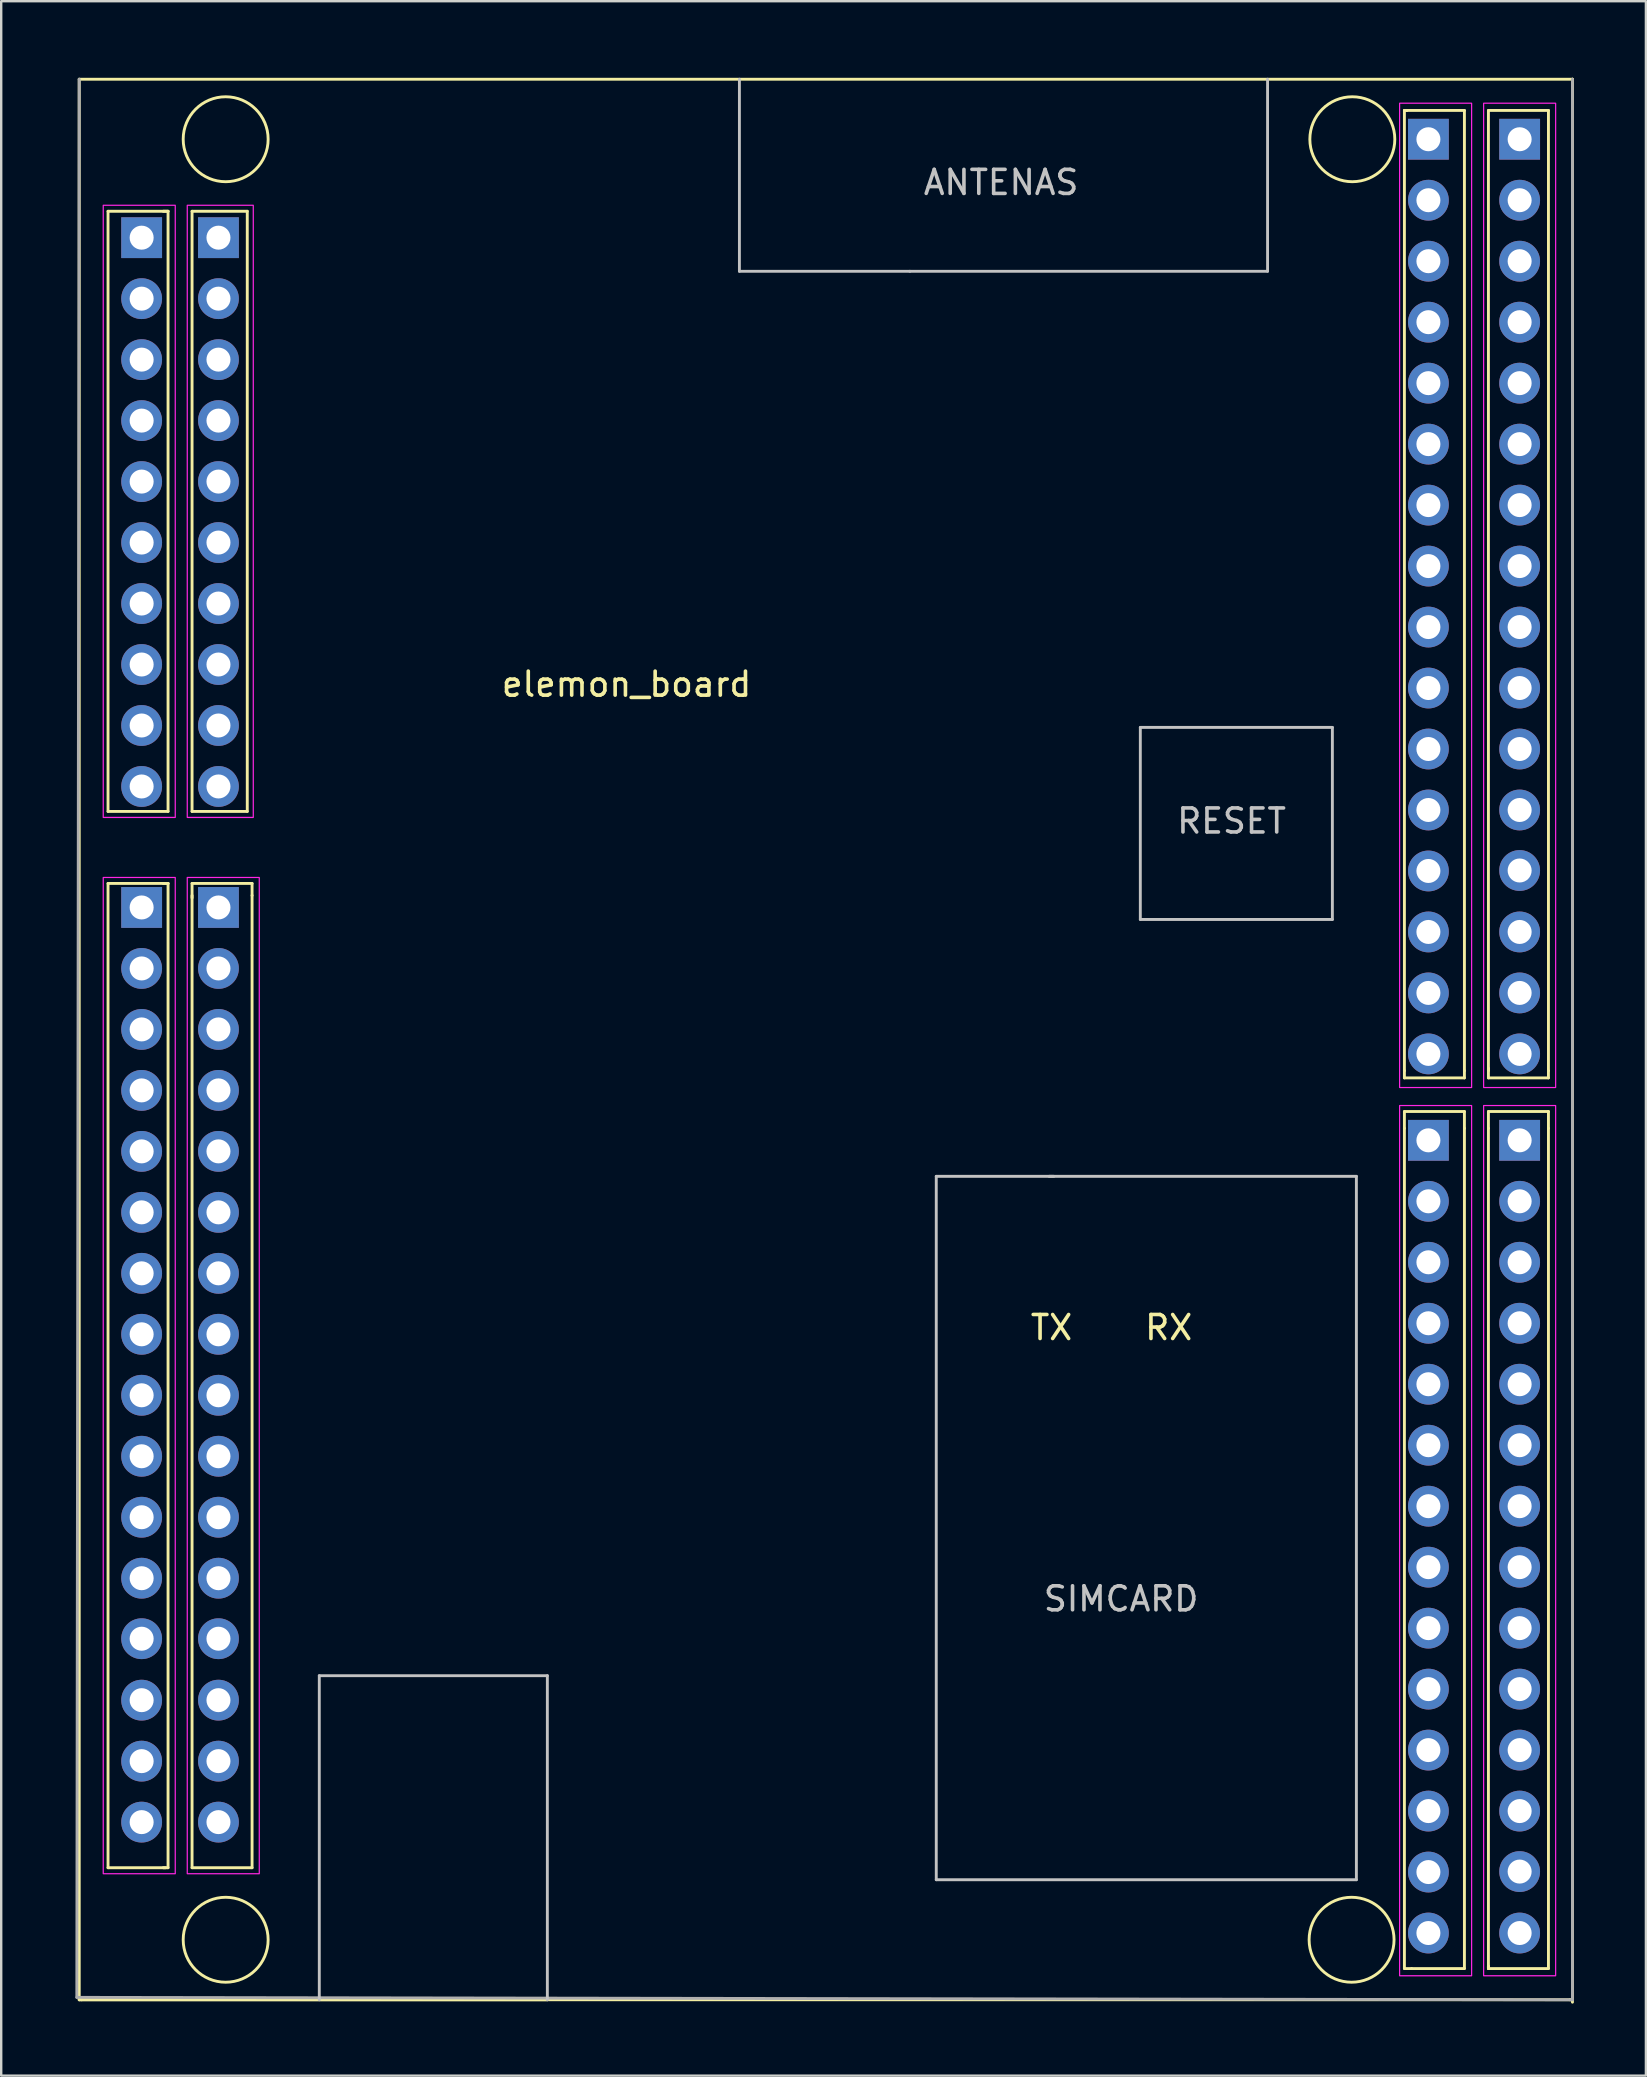
<source format=kicad_pcb>
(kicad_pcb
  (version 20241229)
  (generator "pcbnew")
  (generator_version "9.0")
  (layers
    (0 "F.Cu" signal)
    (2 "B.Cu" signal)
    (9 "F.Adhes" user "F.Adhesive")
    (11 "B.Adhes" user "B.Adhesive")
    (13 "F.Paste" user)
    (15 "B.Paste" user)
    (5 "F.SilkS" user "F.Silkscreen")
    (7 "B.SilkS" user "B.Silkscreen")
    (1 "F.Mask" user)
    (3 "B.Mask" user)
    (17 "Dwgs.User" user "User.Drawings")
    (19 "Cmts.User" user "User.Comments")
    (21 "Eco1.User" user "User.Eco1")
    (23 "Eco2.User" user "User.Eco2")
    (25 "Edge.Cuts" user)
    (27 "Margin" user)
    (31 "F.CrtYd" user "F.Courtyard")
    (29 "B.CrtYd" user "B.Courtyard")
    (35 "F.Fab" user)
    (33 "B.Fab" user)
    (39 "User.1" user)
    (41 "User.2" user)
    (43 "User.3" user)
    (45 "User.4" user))
  (footprint "elemon_board"
    (layer "F.Cu")
    (at 0.25 0.25)
    (property "Reference" "elemon_board" (at 22.8 25.2 0) (layer "F.SilkS") (effects (font (size 1 1) (thickness 0.15))))
    (attr through_hole)
    (fp_line (start 0 0) (end 62.2 0) (stroke (width 0.12) (type solid)) (layer "F.SilkS"))
    (fp_line (start 0 80) (end 0 0) (stroke (width 0.12) (type solid)) (layer "F.SilkS"))
    (fp_line (start 0 80) (end 19.5 80) (stroke (width 0.12) (type solid)) (layer "F.SilkS"))
    (fp_line (start 0.1 80) (end 0 80) (stroke (width 0.12) (type solid)) (layer "F.SilkS"))
    (fp_line (start 0.1 80) (end 62.1 80) (stroke (width 0.12) (type solid)) (layer "F.SilkS"))
    (fp_line (start 1.2 5.5) (end 3.7 5.5) (stroke (width 0.12) (type solid)) (layer "F.SilkS"))
    (fp_line (start 1.2 30.5) (end 1.2 5.5) (stroke (width 0.12) (type solid)) (layer "F.SilkS"))
    (fp_line (start 1.2 30.5) (end 3.7 30.5) (stroke (width 0.12) (type solid)) (layer "F.SilkS"))
    (fp_line (start 1.2 33.5) (end 1.2 74.5) (stroke (width 0.12) (type solid)) (layer "F.SilkS"))
    (fp_line (start 1.2 33.5) (end 3.7 33.5) (stroke (width 0.12) (type solid)) (layer "F.SilkS"))
    (fp_line (start 1.2 74.5) (end 3.6 74.5) (stroke (width 0.12) (type solid)) (layer "F.SilkS"))
    (fp_line (start 3.5 5.5) (end 3.7 5.5) (stroke (width 0.12) (type solid)) (layer "F.SilkS"))
    (fp_line (start 3.5 33.5) (end 3.7 33.5) (stroke (width 0.12) (type solid)) (layer "F.SilkS"))
    (fp_line (start 3.7 5.5) (end 3.7 30.5) (stroke (width 0.12) (type solid)) (layer "F.SilkS"))
    (fp_line (start 3.7 33.5) (end 3.7 74.5) (stroke (width 0.12) (type solid)) (layer "F.SilkS"))
    (fp_line (start 3.7 74.5) (end 3.5 74.5) (stroke (width 0.12) (type solid)) (layer "F.SilkS"))
    (fp_line (start 4.7 5.5) (end 7 5.5) (stroke (width 0.12) (type solid)) (layer "F.SilkS"))
    (fp_line (start 4.7 30.5) (end 4.7 5.5) (stroke (width 0.12) (type solid)) (layer "F.SilkS"))
    (fp_line (start 4.7 30.5) (end 7 30.5) (stroke (width 0.12) (type solid)) (layer "F.SilkS"))
    (fp_line (start 4.7 33.5) (end 4.7 34.1) (stroke (width 0.12) (type solid)) (layer "F.SilkS"))
    (fp_line (start 4.7 34) (end 4.7 74.5) (stroke (width 0.12) (type solid)) (layer "F.SilkS"))
    (fp_line (start 4.7 74.5) (end 7.2 74.5) (stroke (width 0.12) (type solid)) (layer "F.SilkS"))
    (fp_line (start 7 30.5) (end 7 5.5) (stroke (width 0.12) (type solid)) (layer "F.SilkS"))
    (fp_line (start 7.2 33.5) (end 4.7 33.5) (stroke (width 0.12) (type solid)) (layer "F.SilkS"))
    (fp_line (start 7.2 34) (end 7.2 33.5) (stroke (width 0.12) (type solid)) (layer "F.SilkS"))
    (fp_line (start 7.2 34) (end 7.2 74.5) (stroke (width 0.12) (type solid)) (layer "F.SilkS"))
    (fp_line (start 55.2 1.3) (end 55.3 1.3) (stroke (width 0.12) (type solid)) (layer "F.SilkS"))
    (fp_line (start 55.2 41.3) (end 55.2 1.3) (stroke (width 0.12) (type solid)) (layer "F.SilkS"))
    (fp_line (start 55.2 41.6) (end 55.2 41.3) (stroke (width 0.12) (type solid)) (layer "F.SilkS"))
    (fp_line (start 55.2 43) (end 55.2 43.7) (stroke (width 0.12) (type solid)) (layer "F.SilkS"))
    (fp_line (start 55.2 43.7) (end 55.2 78.7) (stroke (width 0.12) (type solid)) (layer "F.SilkS"))
    (fp_line (start 55.2 78.7) (end 55.5 78.7) (stroke (width 0.12) (type solid)) (layer "F.SilkS"))
    (fp_line (start 55.3 1.3) (end 55.2 1.3) (stroke (width 0.12) (type solid)) (layer "F.SilkS"))
    (fp_line (start 55.3 1.3) (end 57.7 1.3) (stroke (width 0.12) (type solid)) (layer "F.SilkS"))
    (fp_line (start 57.7 41.3) (end 57.7 1.3) (stroke (width 0.12) (type solid)) (layer "F.SilkS"))
    (fp_line (start 57.7 41.3) (end 57.7 41.6) (stroke (width 0.12) (type solid)) (layer "F.SilkS"))
    (fp_line (start 57.7 41.6) (end 55.2 41.6) (stroke (width 0.12) (type solid)) (layer "F.SilkS"))
    (fp_line (start 57.7 43) (end 55.2 43) (stroke (width 0.12) (type solid)) (layer "F.SilkS"))
    (fp_line (start 57.7 43.7) (end 57.7 43) (stroke (width 0.12) (type solid)) (layer "F.SilkS"))
    (fp_line (start 57.7 43.7) (end 57.7 78.7) (stroke (width 0.12) (type solid)) (layer "F.SilkS"))
    (fp_line (start 57.7 78.7) (end 55.5 78.7) (stroke (width 0.12) (type solid)) (layer "F.SilkS"))
    (fp_line (start 58.7 1.3) (end 61.2 1.3) (stroke (width 0.12) (type solid)) (layer "F.SilkS"))
    (fp_line (start 58.7 41.3) (end 58.7 1.3) (stroke (width 0.12) (type solid)) (layer "F.SilkS"))
    (fp_line (start 58.7 41.6) (end 58.7 41.2) (stroke (width 0.12) (type solid)) (layer "F.SilkS"))
    (fp_line (start 58.7 43) (end 61.2 43) (stroke (width 0.12) (type solid)) (layer "F.SilkS"))
    (fp_line (start 58.7 43.7) (end 58.7 43) (stroke (width 0.12) (type solid)) (layer "F.SilkS"))
    (fp_line (start 58.7 78.6) (end 58.7 78.7) (stroke (width 0.12) (type solid)) (layer "F.SilkS"))
    (fp_line (start 58.7 78.7) (end 58.7 43.7) (stroke (width 0.12) (type solid)) (layer "F.SilkS"))
    (fp_line (start 58.7 78.7) (end 58.7 78.6) (stroke (width 0.12) (type solid)) (layer "F.SilkS"))
    (fp_line (start 58.7 78.7) (end 61.2 78.7) (stroke (width 0.12) (type solid)) (layer "F.SilkS"))
    (fp_line (start 61.2 1.3) (end 61.2 41.3) (stroke (width 0.12) (type solid)) (layer "F.SilkS"))
    (fp_line (start 61.2 41.3) (end 61.2 41.6) (stroke (width 0.12) (type solid)) (layer "F.SilkS"))
    (fp_line (start 61.2 41.6) (end 58.7 41.6) (stroke (width 0.12) (type solid)) (layer "F.SilkS"))
    (fp_line (start 61.2 43.7) (end 61.2 43) (stroke (width 0.12) (type solid)) (layer "F.SilkS"))
    (fp_line (start 61.2 43.7) (end 61.2 78.7) (stroke (width 0.12) (type solid)) (layer "F.SilkS"))
    (fp_line (start 62.1 80) (end 62.2 80) (stroke (width 0.12) (type solid)) (layer "F.SilkS"))
    (fp_line (start 62.2 0) (end 62.2 1) (stroke (width 0.12) (type solid)) (layer "F.SilkS"))
    (fp_line (start 62.2 0) (end 62.2 80.1) (stroke (width 0.12) (type solid)) (layer "F.SilkS"))
    (fp_circle (center 6.1 2.5) (end 7.4 3.7) (stroke (width 0.12) (type solid)) (fill no) (layer "F.SilkS"))
    (fp_circle (center 6.1 77.5) (end 7.4 78.7) (stroke (width 0.12) (type solid)) (fill no) (layer "F.SilkS"))
    (fp_circle (center 53 77.5) (end 54.3 78.7) (stroke (width 0.12) (type solid)) (fill no) (layer "F.SilkS"))
    (fp_circle (center 53.031 2.5) (end 54.331 3.7) (stroke (width 0.12) (type solid)) (fill no) (layer "F.SilkS"))
    (fp_line (start 10 66.5) (end 10 80) (stroke (width 0.12) (type solid)) (layer "Dwgs.User"))
    (fp_line (start 19.5 66.5) (end 10 66.5) (stroke (width 0.12) (type solid)) (layer "Dwgs.User"))
    (fp_line (start 19.5 80) (end 19.5 66.5) (stroke (width 0.12) (type solid)) (layer "Dwgs.User"))
    (fp_line (start 27.5 0) (end 27.5 8) (stroke (width 0.12) (type solid)) (layer "Dwgs.User"))
    (fp_line (start 27.5 8) (end 34.6 8) (stroke (width 0.12) (type solid)) (layer "Dwgs.User"))
    (fp_line (start 35.7 45.7) (end 40.6 45.7) (stroke (width 0.12) (type solid)) (layer "Dwgs.User"))
    (fp_line (start 35.7 75) (end 35.7 45.7) (stroke (width 0.12) (type solid)) (layer "Dwgs.User"))
    (fp_line (start 35.7 75) (end 53.2 75) (stroke (width 0.12) (type solid)) (layer "Dwgs.User"))
    (fp_line (start 44.2 27) (end 44.2 35) (stroke (width 0.12) (type solid)) (layer "Dwgs.User"))
    (fp_line (start 44.2 35) (end 52.2 35) (stroke (width 0.12) (type solid)) (layer "Dwgs.User"))
    (fp_line (start 49.5 0) (end 49.5 8) (stroke (width 0.12) (type solid)) (layer "Dwgs.User"))
    (fp_line (start 49.5 8) (end 34.6 8) (stroke (width 0.12) (type solid)) (layer "Dwgs.User"))
    (fp_line (start 52.2 27) (end 44.2 27) (stroke (width 0.12) (type solid)) (layer "Dwgs.User"))
    (fp_line (start 52.2 27) (end 52.2 35) (stroke (width 0.12) (type solid)) (layer "Dwgs.User"))
    (fp_line (start 53.2 45.7) (end 40.4 45.7) (stroke (width 0.12) (type solid)) (layer "Dwgs.User"))
    (fp_line (start 53.2 75) (end 53.2 45.7) (stroke (width 0.12) (type solid)) (layer "Dwgs.User"))
    (fp_rect (start 1 5.25) (end 4 30.75) (stroke (width 0.05) (type solid)) (fill no) (layer "F.CrtYd"))
    (fp_rect (start 1 33.25) (end 4 74.75) (stroke (width 0.05) (type solid)) (fill no) (layer "F.CrtYd"))
    (fp_rect (start 4.5 33.25) (end 7.5 74.75) (stroke (width 0.05) (type solid)) (fill no) (layer "F.CrtYd"))
    (fp_rect (start 7.25 30.75) (end 4.5 5.25) (stroke (width 0.05) (type solid)) (fill no) (layer "F.CrtYd"))
    (fp_rect (start 55 1) (end 58 42) (stroke (width 0.05) (type solid)) (fill no) (layer "F.CrtYd"))
    (fp_rect (start 55 42.75) (end 58 79) (stroke (width 0.05) (type solid)) (fill no) (layer "F.CrtYd"))
    (fp_rect (start 58.5 1) (end 61.5 42) (stroke (width 0.05) (type solid)) (fill no) (layer "F.CrtYd"))
    (fp_rect (start 58.5 42.75) (end 61.5 79) (stroke (width 0.05) (type solid)) (fill no) (layer "F.CrtYd"))
    (fp_line (start -0.1 79.9) (end 0 0) (stroke (width 0.12) (type solid)) (layer "F.Fab"))
    (fp_line (start 62.2 0) (end 62.2 80) (stroke (width 0.12) (type solid)) (layer "F.Fab"))
    (fp_line (start 62.2 80) (end -0.1 79.9) (stroke (width 0.12) (type solid)) (layer "F.Fab"))
    (fp_text user "TX    RX" (at 43 52 0) (layer "F.SilkS") (effects (font (size 1 1) (thickness 0.15))))
    (fp_text user "ANTENAS" (at 38.4 4.3 0) (layer "Dwgs.User") (effects (font (size 1 1) (thickness 0.15))))
    (fp_text user "SIMCARD" (at 43.4 63.3 0) (layer "Dwgs.User") (effects (font (size 1 1) (thickness 0.15))))
    (fp_text user "RESET" (at 48 30.9 0) (layer "Dwgs.User") (effects (font (size 1 1) (thickness 0.15))))
    (pad "1" thru_hole rect (at 2.6 6.6) (size 1.7 1.7) (drill 1) (layers "*.Cu" "*.Mask"))
    (pad "1" thru_hole rect (at 5.8 6.6) (size 1.7 1.7) (drill 1) (layers "*.Cu" "*.Mask"))
    (pad "2" thru_hole circle (at 2.6 9.14) (size 1.7 1.7) (drill 1) (layers "*.Cu" "*.Mask"))
    (pad "2" thru_hole circle (at 5.8 9.14) (size 1.7 1.7) (drill 1) (layers "*.Cu" "*.Mask"))
    (pad "3" thru_hole circle (at 2.6 11.68) (size 1.7 1.7) (drill 1) (layers "*.Cu" "*.Mask"))
    (pad "3" thru_hole circle (at 5.8 11.68) (size 1.7 1.7) (drill 1) (layers "*.Cu" "*.Mask"))
    (pad "4" thru_hole circle (at 2.6 14.22) (size 1.7 1.7) (drill 1) (layers "*.Cu" "*.Mask"))
    (pad "4" thru_hole circle (at 5.8 14.22) (size 1.7 1.7) (drill 1) (layers "*.Cu" "*.Mask"))
    (pad "5" thru_hole circle (at 2.6 16.76) (size 1.7 1.7) (drill 1) (layers "*.Cu" "*.Mask"))
    (pad "5" thru_hole circle (at 5.8 16.76) (size 1.7 1.7) (drill 1) (layers "*.Cu" "*.Mask"))
    (pad "6" thru_hole circle (at 2.6 19.3) (size 1.7 1.7) (drill 1) (layers "*.Cu" "*.Mask"))
    (pad "6" thru_hole circle (at 5.8 19.3) (size 1.7 1.7) (drill 1) (layers "*.Cu" "*.Mask"))
    (pad "7" thru_hole circle (at 2.6 21.84) (size 1.7 1.7) (drill 1) (layers "*.Cu" "*.Mask"))
    (pad "7" thru_hole circle (at 5.8 21.84) (size 1.7 1.7) (drill 1) (layers "*.Cu" "*.Mask"))
    (pad "8" thru_hole circle (at 2.6 24.38) (size 1.7 1.7) (drill 1) (layers "*.Cu" "*.Mask"))
    (pad "8" thru_hole circle (at 5.8 24.38) (size 1.7 1.7) (drill 1) (layers "*.Cu" "*.Mask"))
    (pad "9" thru_hole circle (at 2.6 26.92) (size 1.7 1.7) (drill 1) (layers "*.Cu" "*.Mask"))
    (pad "9" thru_hole circle (at 5.8 26.92) (size 1.7 1.7) (drill 1) (layers "*.Cu" "*.Mask"))
    (pad "10" thru_hole circle (at 2.6 29.46) (size 1.7 1.7) (drill 1) (layers "*.Cu" "*.Mask"))
    (pad "10" thru_hole circle (at 5.8 29.46) (size 1.7 1.7) (drill 1) (layers "*.Cu" "*.Mask"))
    (pad "11" thru_hole rect (at 2.6 34.5) (size 1.7 1.7) (drill 1) (layers "*.Cu" "*.Mask"))
    (pad "11" thru_hole rect (at 5.8 34.5) (size 1.7 1.7) (drill 1) (layers "*.Cu" "*.Mask"))
    (pad "12" thru_hole circle (at 2.6 37.04) (size 1.7 1.7) (drill 1) (layers "*.Cu" "*.Mask"))
    (pad "12" thru_hole circle (at 5.8 37.04) (size 1.7 1.7) (drill 1) (layers "*.Cu" "*.Mask"))
    (pad "13" thru_hole circle (at 2.6 39.58) (size 1.7 1.7) (drill 1) (layers "*.Cu" "*.Mask"))
    (pad "13" thru_hole circle (at 5.8 39.58) (size 1.7 1.7) (drill 1) (layers "*.Cu" "*.Mask"))
    (pad "14" thru_hole circle (at 2.6 42.12) (size 1.7 1.7) (drill 1) (layers "*.Cu" "*.Mask"))
    (pad "14" thru_hole circle (at 5.8 42.12) (size 1.7 1.7) (drill 1) (layers "*.Cu" "*.Mask"))
    (pad "15" thru_hole circle (at 2.6 44.66) (size 1.7 1.7) (drill 1) (layers "*.Cu" "*.Mask"))
    (pad "15" thru_hole circle (at 5.8 44.66) (size 1.7 1.7) (drill 1) (layers "*.Cu" "*.Mask"))
    (pad "16" thru_hole circle (at 2.6 47.2) (size 1.7 1.7) (drill 1) (layers "*.Cu" "*.Mask"))
    (pad "16" thru_hole circle (at 5.8 47.2) (size 1.7 1.7) (drill 1) (layers "*.Cu" "*.Mask"))
    (pad "17" thru_hole circle (at 2.6 49.74) (size 1.7 1.7) (drill 1) (layers "*.Cu" "*.Mask"))
    (pad "17" thru_hole circle (at 5.8 49.74) (size 1.7 1.7) (drill 1) (layers "*.Cu" "*.Mask"))
    (pad "18" thru_hole circle (at 2.6 52.28) (size 1.7 1.7) (drill 1) (layers "*.Cu" "*.Mask"))
    (pad "18" thru_hole circle (at 5.8 52.28) (size 1.7 1.7) (drill 1) (layers "*.Cu" "*.Mask"))
    (pad "19" thru_hole circle (at 2.6 54.82) (size 1.7 1.7) (drill 1) (layers "*.Cu" "*.Mask"))
    (pad "19" thru_hole circle (at 5.8 54.82) (size 1.7 1.7) (drill 1) (layers "*.Cu" "*.Mask"))
    (pad "20" thru_hole circle (at 2.6 57.36) (size 1.7 1.7) (drill 1) (layers "*.Cu" "*.Mask"))
    (pad "20" thru_hole circle (at 5.8 57.36) (size 1.7 1.7) (drill 1) (layers "*.Cu" "*.Mask"))
    (pad "21" thru_hole circle (at 2.6 59.9) (size 1.7 1.7) (drill 1) (layers "*.Cu" "*.Mask"))
    (pad "21" thru_hole circle (at 5.8 59.9) (size 1.7 1.7) (drill 1) (layers "*.Cu" "*.Mask"))
    (pad "22" thru_hole circle (at 2.6 62.44) (size 1.7 1.7) (drill 1) (layers "*.Cu" "*.Mask"))
    (pad "22" thru_hole circle (at 5.8 62.44) (size 1.7 1.7) (drill 1) (layers "*.Cu" "*.Mask"))
    (pad "23" thru_hole circle (at 2.6 64.96) (size 1.7 1.7) (drill 1) (layers "*.Cu" "*.Mask"))
    (pad "23" thru_hole circle (at 5.8 64.96) (size 1.7 1.7) (drill 1) (layers "*.Cu" "*.Mask"))
    (pad "24" thru_hole circle (at 2.6 67.52) (size 1.7 1.7) (drill 1) (layers "*.Cu" "*.Mask"))
    (pad "24" thru_hole circle (at 5.8 67.52) (size 1.7 1.7) (drill 1) (layers "*.Cu" "*.Mask"))
    (pad "25" thru_hole circle (at 2.6 70.06) (size 1.7 1.7) (drill 1) (layers "*.Cu" "*.Mask"))
    (pad "25" thru_hole circle (at 5.8 70.06) (size 1.7 1.7) (drill 1) (layers "*.Cu" "*.Mask"))
    (pad "26" thru_hole circle (at 2.6 72.6) (size 1.7 1.7) (drill 1) (layers "*.Cu" "*.Mask"))
    (pad "26" thru_hole circle (at 5.8 72.6) (size 1.7 1.7) (drill 1) (layers "*.Cu" "*.Mask"))
    (pad "27" thru_hole rect (at 56.2 2.5) (size 1.7 1.7) (drill 1) (layers "*.Cu" "*.Mask"))
    (pad "27" thru_hole rect (at 60 2.5) (size 1.7 1.7) (drill 1) (layers "*.Cu" "*.Mask"))
    (pad "28" thru_hole circle (at 56.2 5.04) (size 1.7 1.7) (drill 1) (layers "*.Cu" "*.Mask"))
    (pad "28" thru_hole circle (at 60 5.04) (size 1.7 1.7) (drill 1) (layers "*.Cu" "*.Mask"))
    (pad "29" thru_hole circle (at 56.2 7.58) (size 1.7 1.7) (drill 1) (layers "*.Cu" "*.Mask"))
    (pad "29" thru_hole circle (at 60 7.58) (size 1.7 1.7) (drill 1) (layers "*.Cu" "*.Mask"))
    (pad "30" thru_hole circle (at 56.2 10.12) (size 1.7 1.7) (drill 1) (layers "*.Cu" "*.Mask"))
    (pad "30" thru_hole circle (at 60 10.12) (size 1.7 1.7) (drill 1) (layers "*.Cu" "*.Mask"))
    (pad "31" thru_hole circle (at 56.2 12.66) (size 1.7 1.7) (drill 1) (layers "*.Cu" "*.Mask"))
    (pad "31" thru_hole circle (at 60 12.66) (size 1.7 1.7) (drill 1) (layers "*.Cu" "*.Mask"))
    (pad "32" thru_hole circle (at 56.2 15.2) (size 1.7 1.7) (drill 1) (layers "*.Cu" "*.Mask"))
    (pad "32" thru_hole circle (at 60 15.2) (size 1.7 1.7) (drill 1) (layers "*.Cu" "*.Mask"))
    (pad "33" thru_hole circle (at 56.2 17.74) (size 1.7 1.7) (drill 1) (layers "*.Cu" "*.Mask"))
    (pad "33" thru_hole circle (at 60 17.74) (size 1.7 1.7) (drill 1) (layers "*.Cu" "*.Mask"))
    (pad "34" thru_hole circle (at 56.2 20.28) (size 1.7 1.7) (drill 1) (layers "*.Cu" "*.Mask"))
    (pad "34" thru_hole circle (at 60 20.28) (size 1.7 1.7) (drill 1) (layers "*.Cu" "*.Mask"))
    (pad "35" thru_hole circle (at 56.2 22.82) (size 1.7 1.7) (drill 1) (layers "*.Cu" "*.Mask"))
    (pad "35" thru_hole circle (at 60 22.82) (size 1.7 1.7) (drill 1) (layers "*.Cu" "*.Mask"))
    (pad "36" thru_hole circle (at 56.2 25.36) (size 1.7 1.7) (drill 1) (layers "*.Cu" "*.Mask"))
    (pad "36" thru_hole circle (at 60 25.36) (size 1.7 1.7) (drill 1) (layers "*.Cu" "*.Mask"))
    (pad "37" thru_hole circle (at 56.2 27.9) (size 1.7 1.7) (drill 1) (layers "*.Cu" "*.Mask"))
    (pad "37" thru_hole circle (at 60 27.9) (size 1.7 1.7) (drill 1) (layers "*.Cu" "*.Mask"))
    (pad "38" thru_hole circle (at 56.2 30.44) (size 1.7 1.7) (drill 1) (layers "*.Cu" "*.Mask"))
    (pad "38" thru_hole circle (at 60 30.44) (size 1.7 1.7) (drill 1) (layers "*.Cu" "*.Mask"))
    (pad "39" thru_hole circle (at 56.2 32.98) (size 1.7 1.7) (drill 1) (layers "*.Cu" "*.Mask"))
    (pad "39" thru_hole circle (at 60 32.96) (size 1.7 1.7) (drill 1) (layers "*.Cu" "*.Mask"))
    (pad "40" thru_hole circle (at 56.2 35.52) (size 1.7 1.7) (drill 1) (layers "*.Cu" "*.Mask"))
    (pad "40" thru_hole circle (at 60 35.52) (size 1.7 1.7) (drill 1) (layers "*.Cu" "*.Mask"))
    (pad "41" thru_hole circle (at 56.2 38.06) (size 1.7 1.7) (drill 1) (layers "*.Cu" "*.Mask"))
    (pad "41" thru_hole circle (at 60 38.06) (size 1.7 1.7) (drill 1) (layers "*.Cu" "*.Mask"))
    (pad "42" thru_hole circle (at 56.2 40.6) (size 1.7 1.7) (drill 1) (layers "*.Cu" "*.Mask"))
    (pad "42" thru_hole circle (at 60 40.6) (size 1.7 1.7) (drill 1) (layers "*.Cu" "*.Mask"))
    (pad "43" thru_hole rect (at 56.2 44.2) (size 1.7 1.7) (drill 1) (layers "*.Cu" "*.Mask"))
    (pad "43" thru_hole rect (at 60 44.2) (size 1.7 1.7) (drill 1) (layers "*.Cu" "*.Mask"))
    (pad "44" thru_hole circle (at 56.2 46.74) (size 1.7 1.7) (drill 1) (layers "*.Cu" "*.Mask"))
    (pad "44" thru_hole circle (at 60 46.74) (size 1.7 1.7) (drill 1) (layers "*.Cu" "*.Mask"))
    (pad "45" thru_hole circle (at 56.2 49.28) (size 1.7 1.7) (drill 1) (layers "*.Cu" "*.Mask"))
    (pad "45" thru_hole circle (at 60 49.28) (size 1.7 1.7) (drill 1) (layers "*.Cu" "*.Mask"))
    (pad "46" thru_hole circle (at 56.2 51.82) (size 1.7 1.7) (drill 1) (layers "*.Cu" "*.Mask"))
    (pad "46" thru_hole circle (at 60 51.82) (size 1.7 1.7) (drill 1) (layers "*.Cu" "*.Mask"))
    (pad "47" thru_hole circle (at 56.2 54.36) (size 1.7 1.7) (drill 1) (layers "*.Cu" "*.Mask"))
    (pad "47" thru_hole circle (at 60 54.36) (size 1.7 1.7) (drill 1) (layers "*.Cu" "*.Mask"))
    (pad "48" thru_hole circle (at 56.2 56.9) (size 1.7 1.7) (drill 1) (layers "*.Cu" "*.Mask"))
    (pad "48" thru_hole circle (at 60 56.9) (size 1.7 1.7) (drill 1) (layers "*.Cu" "*.Mask"))
    (pad "49" thru_hole circle (at 56.2 59.44) (size 1.7 1.7) (drill 1) (layers "*.Cu" "*.Mask"))
    (pad "49" thru_hole circle (at 60 59.44) (size 1.7 1.7) (drill 1) (layers "*.Cu" "*.Mask"))
    (pad "50" thru_hole circle (at 56.2 61.98) (size 1.7 1.7) (drill 1) (layers "*.Cu" "*.Mask"))
    (pad "50" thru_hole circle (at 60 61.98) (size 1.7 1.7) (drill 1) (layers "*.Cu" "*.Mask"))
    (pad "51" thru_hole circle (at 56.2 64.52) (size 1.7 1.7) (drill 1) (layers "*.Cu" "*.Mask"))
    (pad "51" thru_hole circle (at 60 64.52) (size 1.7 1.7) (drill 1) (layers "*.Cu" "*.Mask"))
    (pad "52" thru_hole circle (at 56.2 67.06) (size 1.7 1.7) (drill 1) (layers "*.Cu" "*.Mask"))
    (pad "52" thru_hole circle (at 60 67.06) (size 1.7 1.7) (drill 1) (layers "*.Cu" "*.Mask"))
    (pad "53" thru_hole circle (at 56.2 69.6) (size 1.7 1.7) (drill 1) (layers "*.Cu" "*.Mask"))
    (pad "53" thru_hole circle (at 60 69.6) (size 1.7 1.7) (drill 1) (layers "*.Cu" "*.Mask"))
    (pad "54" thru_hole circle (at 56.2 72.14) (size 1.7 1.7) (drill 1) (layers "*.Cu" "*.Mask"))
    (pad "54" thru_hole circle (at 60 72.14) (size 1.7 1.7) (drill 1) (layers "*.Cu" "*.Mask"))
    (pad "55" thru_hole circle (at 56.2 74.68) (size 1.7 1.7) (drill 1) (layers "*.Cu" "*.Mask"))
    (pad "55" thru_hole circle (at 60 74.66) (size 1.7 1.7) (drill 1) (layers "*.Cu" "*.Mask"))
    (pad "56" thru_hole circle (at 56.2 77.22) (size 1.7 1.7) (drill 1) (layers "*.Cu" "*.Mask"))
    (pad "56" thru_hole circle (at 60 77.22) (size 1.7 1.7) (drill 1) (layers "*.Cu" "*.Mask")))
  (gr_rect
    (start -3 -3)
    (end 65.51 83.41)
    (stroke (width 0.1) (type default))
    (fill no)
    (layer "Edge.Cuts")))
</source>
